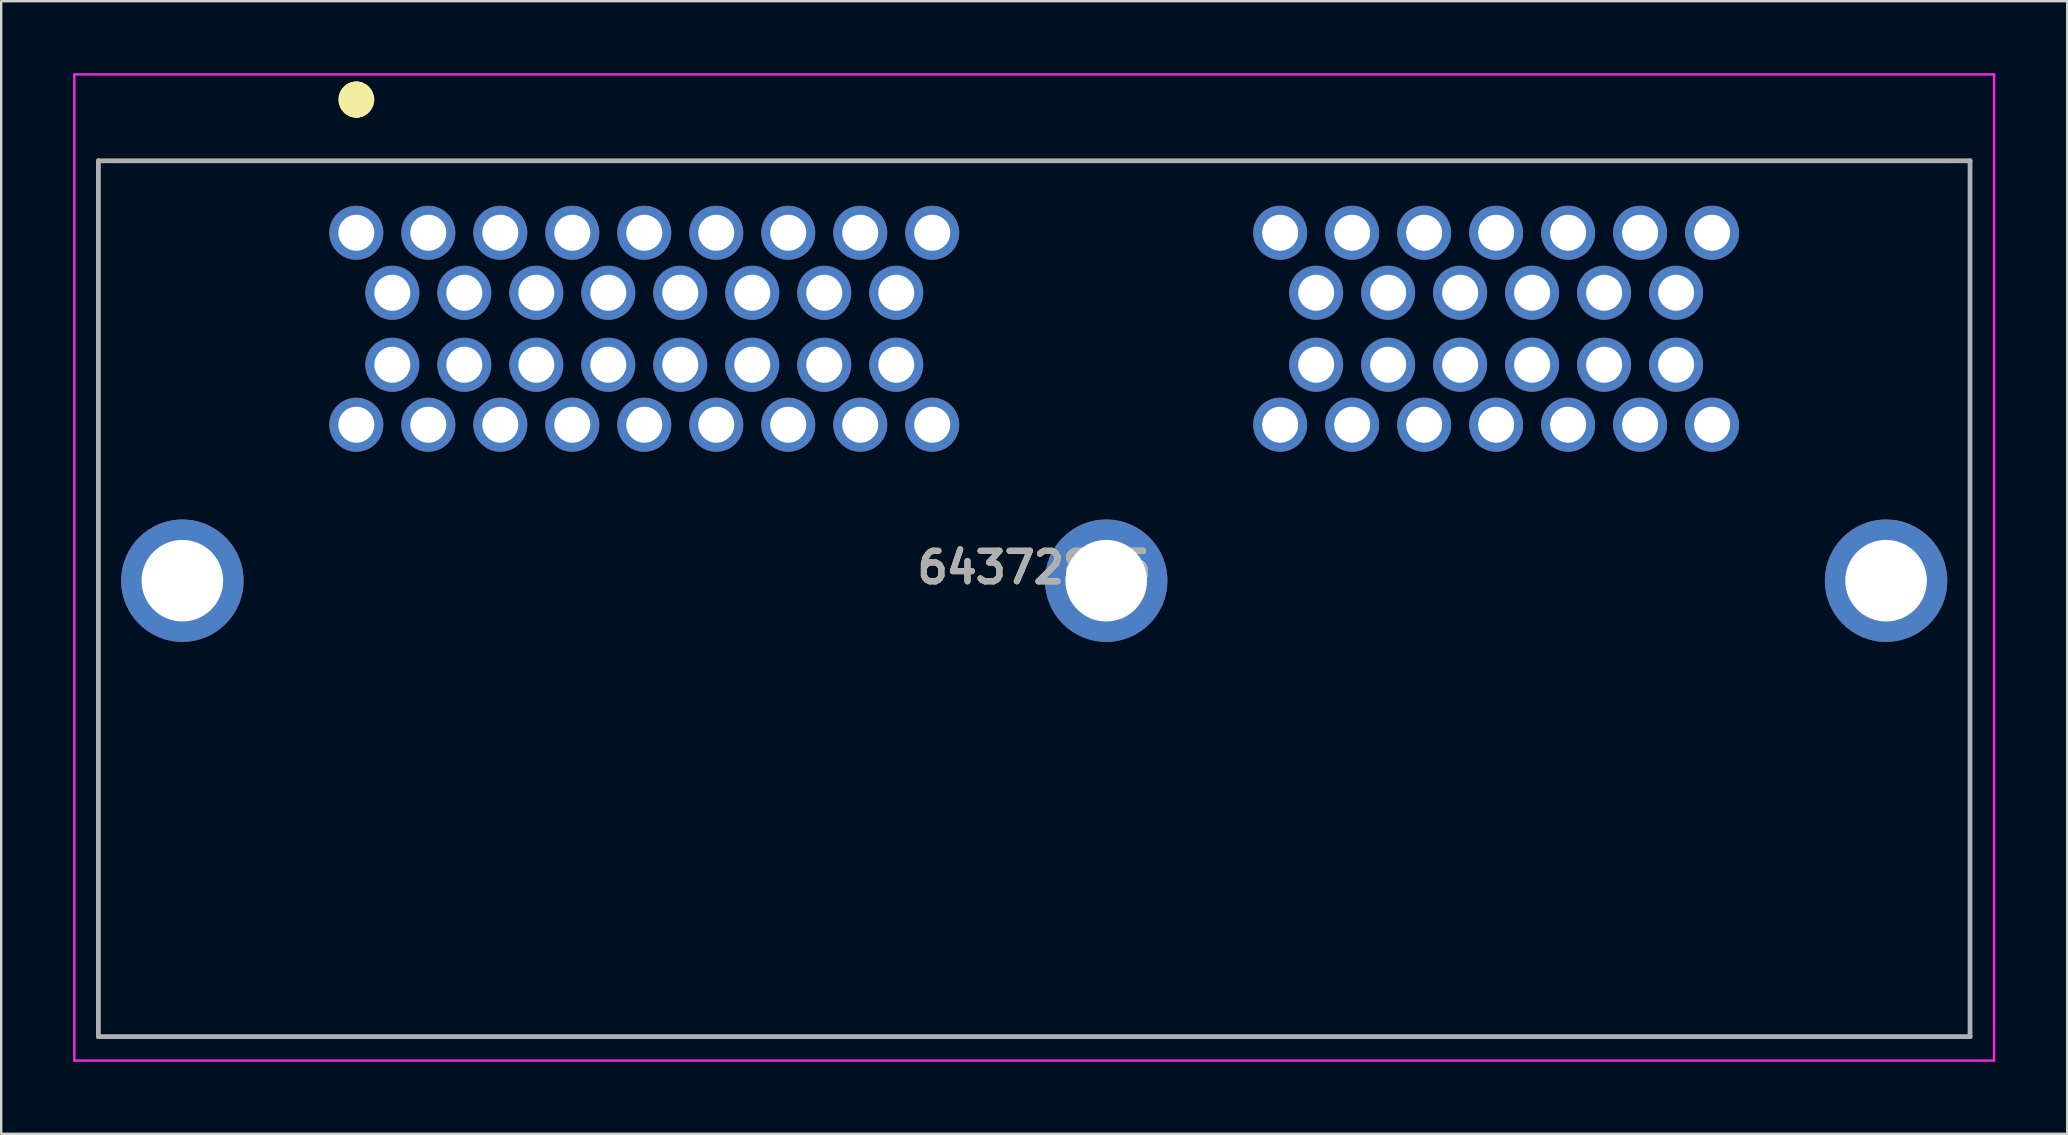
<source format=kicad_pcb>
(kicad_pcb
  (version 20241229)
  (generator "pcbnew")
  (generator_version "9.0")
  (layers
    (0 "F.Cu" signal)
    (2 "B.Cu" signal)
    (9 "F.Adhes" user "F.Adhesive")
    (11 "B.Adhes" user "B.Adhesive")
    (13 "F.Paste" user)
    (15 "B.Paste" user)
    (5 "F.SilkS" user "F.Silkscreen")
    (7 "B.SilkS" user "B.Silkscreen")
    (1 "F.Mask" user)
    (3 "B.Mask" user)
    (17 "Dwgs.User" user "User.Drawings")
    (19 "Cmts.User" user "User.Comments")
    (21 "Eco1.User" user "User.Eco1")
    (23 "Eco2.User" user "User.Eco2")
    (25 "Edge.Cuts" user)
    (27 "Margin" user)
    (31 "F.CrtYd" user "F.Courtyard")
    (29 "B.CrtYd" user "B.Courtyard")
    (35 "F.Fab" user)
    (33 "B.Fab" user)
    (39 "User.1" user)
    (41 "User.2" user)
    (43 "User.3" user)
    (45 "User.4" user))
  (footprint "64372885"
    (layer "F.Cu")
    (at 11.8 6.65)
    (property "Reference" "64372885" (at 28.25 13.95 0) (layer "F.SilkS") (effects (font (size 1.27 1.27) (thickness 0.254))))
    (attr through_hole)
    (fp_line (start -10.75 -3) (end 67.25 -3) (stroke (width 0.1) (type solid)) (layer "F.SilkS"))
    (fp_line (start -10.75 33.5) (end -10.75 -3) (stroke (width 0.1) (type solid)) (layer "F.SilkS"))
    (fp_line (start 0 -5.6) (end 0 -5.6) (stroke (width 1.4) (type solid)) (layer "F.SilkS"))
    (fp_line (start 0 -5.5) (end 0 -5.5) (stroke (width 1.4) (type solid)) (layer "F.SilkS"))
    (fp_line (start 67.25 -3) (end 67.25 33.5) (stroke (width 0.1) (type solid)) (layer "F.SilkS"))
    (fp_line (start 67.25 33.5) (end -10.75 33.5) (stroke (width 0.1) (type solid)) (layer "F.SilkS"))
    (fp_arc (start 0 -5.6) (mid 0.05 -5.55) (end 0 -5.5) (stroke (width 1.4) (type solid)) (layer "F.SilkS"))
    (fp_arc (start 0 -5.5) (mid -0.05 -5.55) (end 0 -5.6) (stroke (width 1.4) (type solid)) (layer "F.SilkS"))
    (fp_line (start -11.75 -6.6) (end 68.25 -6.6) (stroke (width 0.1) (type solid)) (layer "F.CrtYd"))
    (fp_line (start -11.75 34.5) (end -11.75 -6.6) (stroke (width 0.1) (type solid)) (layer "F.CrtYd"))
    (fp_line (start 68.25 -6.6) (end 68.25 34.5) (stroke (width 0.1) (type solid)) (layer "F.CrtYd"))
    (fp_line (start 68.25 34.5) (end -11.75 34.5) (stroke (width 0.1) (type solid)) (layer "F.CrtYd"))
    (fp_line (start -10.75 -3) (end 67.25 -3) (stroke (width 0.2) (type solid)) (layer "F.Fab"))
    (fp_line (start -10.75 33.5) (end -10.75 -3) (stroke (width 0.2) (type solid)) (layer "F.Fab"))
    (fp_line (start 67.25 -3) (end 67.25 33.5) (stroke (width 0.2) (type solid)) (layer "F.Fab"))
    (fp_line (start 67.25 33.5) (end -10.75 33.5) (stroke (width 0.2) (type solid)) (layer "F.Fab"))
    (fp_text user "${REFERENCE}" (at 28.25 13.95 0) (layer "F.Fab") (effects (font (size 1.27 1.27) (thickness 0.254))))
    (pad "1" thru_hole circle (at 0 0) (size 2.25 2.25) (drill 1.5) (layers "*.Cu" "*.Mask"))
    (pad "2" thru_hole circle (at 3 0) (size 2.25 2.25) (drill 1.5) (layers "*.Cu" "*.Mask"))
    (pad "3" thru_hole circle (at 6 0) (size 2.25 2.25) (drill 1.5) (layers "*.Cu" "*.Mask"))
    (pad "4" thru_hole circle (at 9 0) (size 2.25 2.25) (drill 1.5) (layers "*.Cu" "*.Mask"))
    (pad "5" thru_hole circle (at 12 0) (size 2.25 2.25) (drill 1.5) (layers "*.Cu" "*.Mask"))
    (pad "6" thru_hole circle (at 15 0) (size 2.25 2.25) (drill 1.5) (layers "*.Cu" "*.Mask"))
    (pad "7" thru_hole circle (at 18 0) (size 2.25 2.25) (drill 1.5) (layers "*.Cu" "*.Mask"))
    (pad "8" thru_hole circle (at 21 0) (size 2.25 2.25) (drill 1.5) (layers "*.Cu" "*.Mask"))
    (pad "9" thru_hole circle (at 24 0) (size 2.25 2.25) (drill 1.5) (layers "*.Cu" "*.Mask"))
    (pad "10" thru_hole circle (at 1.5 2.5) (size 2.25 2.25) (drill 1.5) (layers "*.Cu" "*.Mask"))
    (pad "11" thru_hole circle (at 4.5 2.5) (size 2.25 2.25) (drill 1.5) (layers "*.Cu" "*.Mask"))
    (pad "12" thru_hole circle (at 7.5 2.5) (size 2.25 2.25) (drill 1.5) (layers "*.Cu" "*.Mask"))
    (pad "13" thru_hole circle (at 10.5 2.5) (size 2.25 2.25) (drill 1.5) (layers "*.Cu" "*.Mask"))
    (pad "14" thru_hole circle (at 13.5 2.5) (size 2.25 2.25) (drill 1.5) (layers "*.Cu" "*.Mask"))
    (pad "15" thru_hole circle (at 16.5 2.5) (size 2.25 2.25) (drill 1.5) (layers "*.Cu" "*.Mask"))
    (pad "16" thru_hole circle (at 19.5 2.5) (size 2.25 2.25) (drill 1.5) (layers "*.Cu" "*.Mask"))
    (pad "17" thru_hole circle (at 22.5 2.5) (size 2.25 2.25) (drill 1.5) (layers "*.Cu" "*.Mask"))
    (pad "18" thru_hole circle (at 1.5 5.5) (size 2.25 2.25) (drill 1.5) (layers "*.Cu" "*.Mask"))
    (pad "19" thru_hole circle (at 4.5 5.5) (size 2.25 2.25) (drill 1.5) (layers "*.Cu" "*.Mask"))
    (pad "20" thru_hole circle (at 7.5 5.5) (size 2.25 2.25) (drill 1.5) (layers "*.Cu" "*.Mask"))
    (pad "21" thru_hole circle (at 10.5 5.5) (size 2.25 2.25) (drill 1.5) (layers "*.Cu" "*.Mask"))
    (pad "22" thru_hole circle (at 13.5 5.5) (size 2.25 2.25) (drill 1.5) (layers "*.Cu" "*.Mask"))
    (pad "23" thru_hole circle (at 16.5 5.5) (size 2.25 2.25) (drill 1.5) (layers "*.Cu" "*.Mask"))
    (pad "24" thru_hole circle (at 19.5 5.5) (size 2.25 2.25) (drill 1.5) (layers "*.Cu" "*.Mask"))
    (pad "25" thru_hole circle (at 22.5 5.5) (size 2.25 2.25) (drill 1.5) (layers "*.Cu" "*.Mask"))
    (pad "26" thru_hole circle (at 0 8) (size 2.25 2.25) (drill 1.5) (layers "*.Cu" "*.Mask"))
    (pad "27" thru_hole circle (at 3 8) (size 2.25 2.25) (drill 1.5) (layers "*.Cu" "*.Mask"))
    (pad "28" thru_hole circle (at 6 8) (size 2.25 2.25) (drill 1.5) (layers "*.Cu" "*.Mask"))
    (pad "29" thru_hole circle (at 9 8) (size 2.25 2.25) (drill 1.5) (layers "*.Cu" "*.Mask"))
    (pad "30" thru_hole circle (at 12 8) (size 2.25 2.25) (drill 1.5) (layers "*.Cu" "*.Mask"))
    (pad "31" thru_hole circle (at 15 8) (size 2.25 2.25) (drill 1.5) (layers "*.Cu" "*.Mask"))
    (pad "32" thru_hole circle (at 18 8) (size 2.25 2.25) (drill 1.5) (layers "*.Cu" "*.Mask"))
    (pad "33" thru_hole circle (at 21 8) (size 2.25 2.25) (drill 1.5) (layers "*.Cu" "*.Mask"))
    (pad "34" thru_hole circle (at 24 8) (size 2.25 2.25) (drill 1.5) (layers "*.Cu" "*.Mask"))
    (pad "35" thru_hole circle (at 38.5 0) (size 2.25 2.25) (drill 1.5) (layers "*.Cu" "*.Mask"))
    (pad "36" thru_hole circle (at 41.5 0) (size 2.25 2.25) (drill 1.5) (layers "*.Cu" "*.Mask"))
    (pad "37" thru_hole circle (at 44.5 0) (size 2.25 2.25) (drill 1.5) (layers "*.Cu" "*.Mask"))
    (pad "38" thru_hole circle (at 47.5 0) (size 2.25 2.25) (drill 1.5) (layers "*.Cu" "*.Mask"))
    (pad "39" thru_hole circle (at 50.5 0) (size 2.25 2.25) (drill 1.5) (layers "*.Cu" "*.Mask"))
    (pad "40" thru_hole circle (at 53.5 0) (size 2.25 2.25) (drill 1.5) (layers "*.Cu" "*.Mask"))
    (pad "41" thru_hole circle (at 56.5 0) (size 2.25 2.25) (drill 1.5) (layers "*.Cu" "*.Mask"))
    (pad "42" thru_hole circle (at 40 2.5) (size 2.25 2.25) (drill 1.5) (layers "*.Cu" "*.Mask"))
    (pad "43" thru_hole circle (at 43 2.5) (size 2.25 2.25) (drill 1.5) (layers "*.Cu" "*.Mask"))
    (pad "44" thru_hole circle (at 46 2.5) (size 2.25 2.25) (drill 1.5) (layers "*.Cu" "*.Mask"))
    (pad "45" thru_hole circle (at 49 2.5) (size 2.25 2.25) (drill 1.5) (layers "*.Cu" "*.Mask"))
    (pad "46" thru_hole circle (at 52 2.5) (size 2.25 2.25) (drill 1.5) (layers "*.Cu" "*.Mask"))
    (pad "47" thru_hole circle (at 55 2.5) (size 2.25 2.25) (drill 1.5) (layers "*.Cu" "*.Mask"))
    (pad "48" thru_hole circle (at 40 5.5) (size 2.25 2.25) (drill 1.5) (layers "*.Cu" "*.Mask"))
    (pad "49" thru_hole circle (at 43 5.5) (size 2.25 2.25) (drill 1.5) (layers "*.Cu" "*.Mask"))
    (pad "50" thru_hole circle (at 46 5.5) (size 2.25 2.25) (drill 1.5) (layers "*.Cu" "*.Mask"))
    (pad "51" thru_hole circle (at 49 5.5) (size 2.25 2.25) (drill 1.5) (layers "*.Cu" "*.Mask"))
    (pad "52" thru_hole circle (at 52 5.5) (size 2.25 2.25) (drill 1.5) (layers "*.Cu" "*.Mask"))
    (pad "53" thru_hole circle (at 55 5.5) (size 2.25 2.25) (drill 1.5) (layers "*.Cu" "*.Mask"))
    (pad "54" thru_hole circle (at 38.5 8) (size 2.25 2.25) (drill 1.5) (layers "*.Cu" "*.Mask"))
    (pad "55" thru_hole circle (at 41.5 8) (size 2.25 2.25) (drill 1.5) (layers "*.Cu" "*.Mask"))
    (pad "56" thru_hole circle (at 44.5 8) (size 2.25 2.25) (drill 1.5) (layers "*.Cu" "*.Mask"))
    (pad "57" thru_hole circle (at 47.5 8) (size 2.25 2.25) (drill 1.5) (layers "*.Cu" "*.Mask"))
    (pad "58" thru_hole circle (at 50.5 8) (size 2.25 2.25) (drill 1.5) (layers "*.Cu" "*.Mask"))
    (pad "59" thru_hole circle (at 53.5 8) (size 2.25 2.25) (drill 1.5) (layers "*.Cu" "*.Mask"))
    (pad "60" thru_hole circle (at 56.5 8) (size 2.25 2.25) (drill 1.5) (layers "*.Cu" "*.Mask"))
    (pad "MH1" thru_hole circle (at -7.25 14.5) (size 5.1 5.1) (drill 3.4) (layers "*.Cu" "*.Mask"))
    (pad "MH2" thru_hole circle (at 31.25 14.5) (size 5.1 5.1) (drill 3.4) (layers "*.Cu" "*.Mask"))
    (pad "MH3" thru_hole circle (at 63.75 14.5) (size 5.1 5.1) (drill 3.4) (layers "*.Cu" "*.Mask")))
  (gr_rect
    (start -3 -3)
    (end 83.1 44.2)
    (stroke (width 0.1) (type default))
    (fill no)
    (layer "Edge.Cuts")))
</source>
